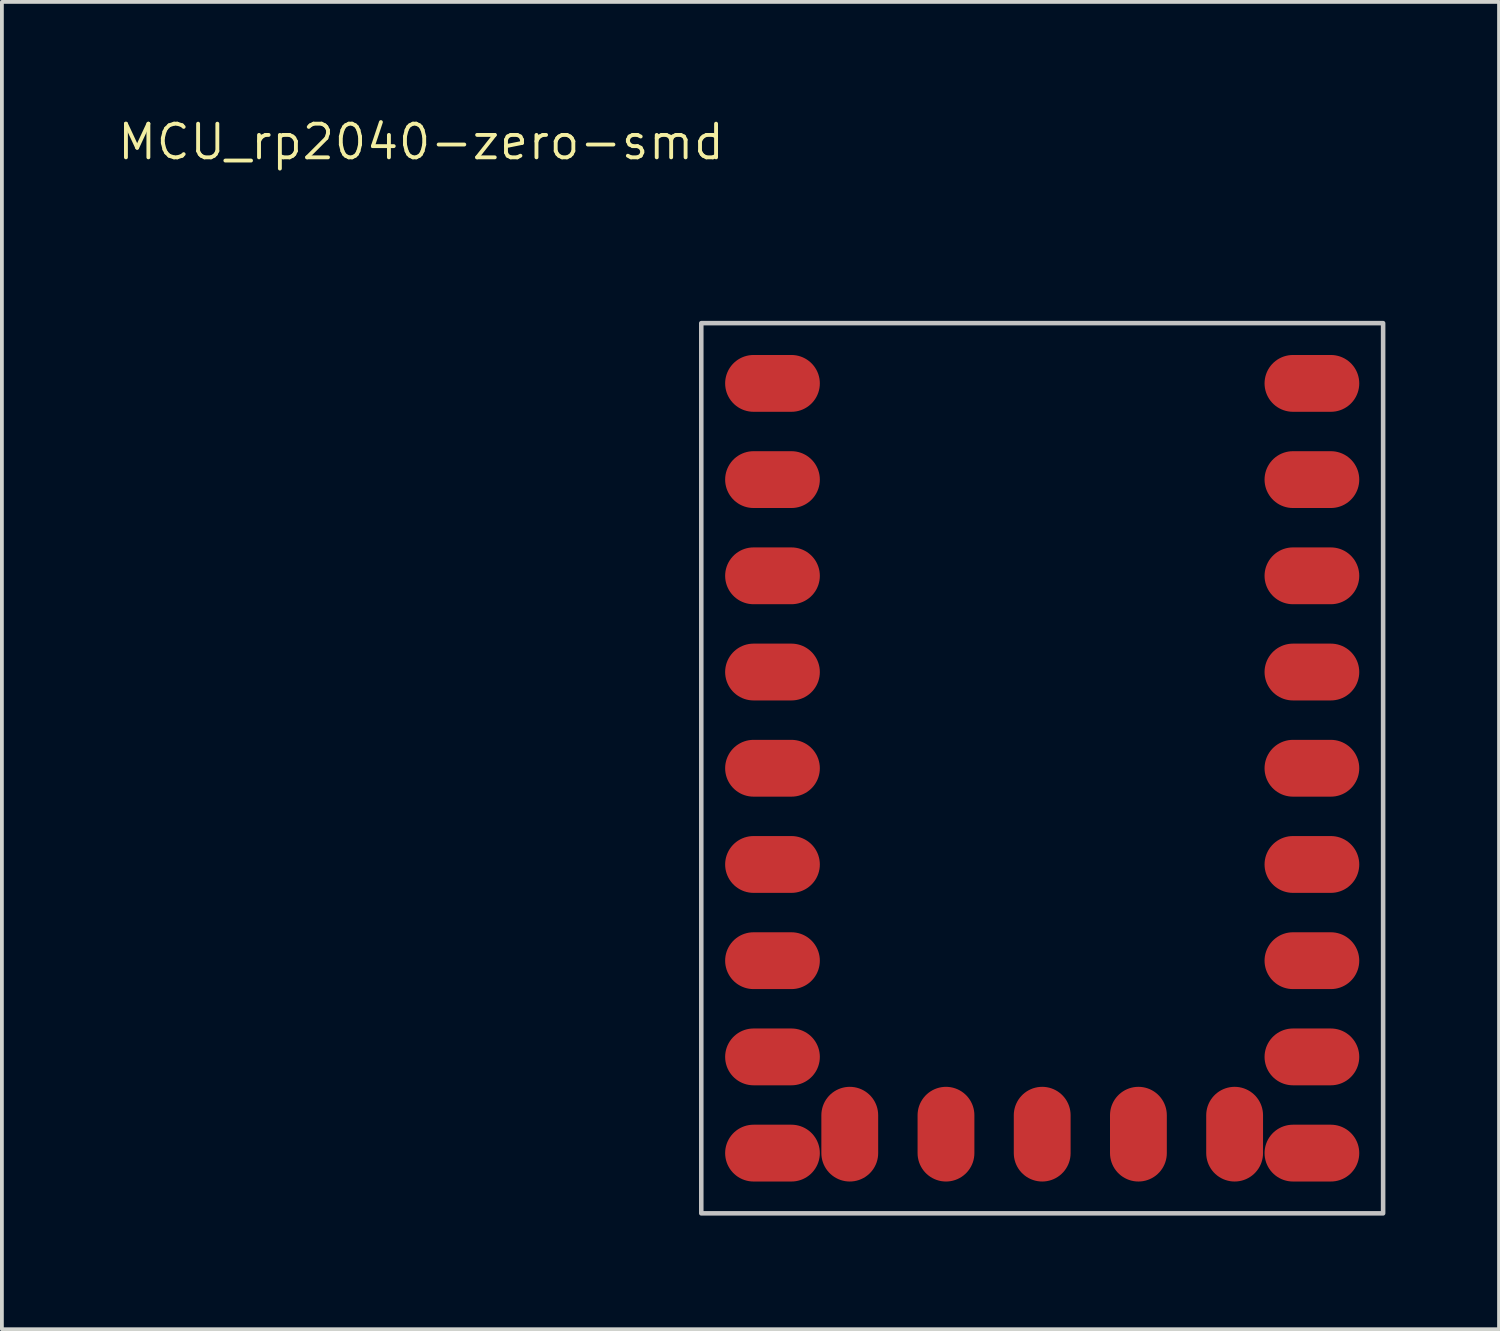
<source format=kicad_pcb>
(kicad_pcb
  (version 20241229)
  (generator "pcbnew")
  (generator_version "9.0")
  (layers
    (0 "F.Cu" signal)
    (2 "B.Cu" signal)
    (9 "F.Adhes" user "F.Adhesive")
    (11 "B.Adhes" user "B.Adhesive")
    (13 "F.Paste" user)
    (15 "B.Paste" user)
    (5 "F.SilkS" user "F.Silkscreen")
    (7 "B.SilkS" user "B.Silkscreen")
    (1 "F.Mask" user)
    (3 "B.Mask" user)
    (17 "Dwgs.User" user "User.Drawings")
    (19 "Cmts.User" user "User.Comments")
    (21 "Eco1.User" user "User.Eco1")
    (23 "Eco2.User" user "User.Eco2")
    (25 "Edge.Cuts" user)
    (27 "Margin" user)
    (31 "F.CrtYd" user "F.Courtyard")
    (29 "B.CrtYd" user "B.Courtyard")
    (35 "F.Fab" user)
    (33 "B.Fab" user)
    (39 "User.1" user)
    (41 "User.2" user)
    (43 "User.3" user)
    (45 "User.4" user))
  (footprint "MCU_rp2040-zero-smd"
    (layer "F.Cu")
    (at 24.463 17.231)
    (property "Reference" "MCU_rp2040-zero-smd" (at -16.399 -16.533 0) (layer "F.SilkS") (effects (font (size 0.889 0.889) (thickness 0.102))))
    (attr smd exclude_from_pos_files)
    (fp_rect (start -9 -11.75) (end 9 11.75) (stroke (width 0.12) (type solid)) (fill no) (layer "Dwgs.User"))
    (fp_line (start -5.5 -11.75) (end -5.5 9) (stroke (width 0.12) (type solid)) (layer "Eco1.User"))
    (fp_line (start -5.5 9) (end 5.5 9) (stroke (width 0.12) (type solid)) (layer "Eco1.User"))
    (fp_line (start 5.5 9) (end 5.5 -11.75) (stroke (width 0.12) (type solid)) (layer "Eco1.User"))
    (pad "0" smd oval (at -7.62 -10.16 180) (size 2.5 1.5) (drill (offset -0.5 0)) (layers "F.Cu" "F.Mask" "F.Paste"))
    (pad "1" smd oval (at -7.62 -7.62 180) (size 2.5 1.5) (drill (offset -0.5 0)) (layers "F.Cu" "F.Mask" "F.Paste"))
    (pad "2" smd oval (at -7.62 -5.08 180) (size 2.5 1.5) (drill (offset -0.5 0)) (layers "F.Cu" "F.Mask" "F.Paste"))
    (pad "3" smd oval (at -7.62 -2.54 180) (size 2.5 1.5) (drill (offset -0.5 0)) (layers "F.Cu" "F.Mask" "F.Paste"))
    (pad "3.3v" smd oval (at 7.62 -5.08) (size 2.5 1.5) (drill (offset -0.5 0)) (layers "F.Cu" "F.Mask" "F.Paste"))
    (pad "4" smd oval (at -7.62 0 180) (size 2.5 1.5) (drill (offset -0.5 0)) (layers "F.Cu" "F.Mask" "F.Paste"))
    (pad "5" smd oval (at -7.62 2.54 180) (size 2.5 1.5) (drill (offset -0.5 0)) (layers "F.Cu" "F.Mask" "F.Paste"))
    (pad "5v" smd oval (at 7.62 -10.16) (size 2.5 1.5) (drill (offset -0.5 0)) (layers "F.Cu" "F.Mask" "F.Paste"))
    (pad "6" smd oval (at -7.62 5.08 180) (size 2.5 1.5) (drill (offset -0.5 0)) (layers "F.Cu" "F.Mask" "F.Paste"))
    (pad "7" smd oval (at -7.62 7.62 180) (size 2.5 1.5) (drill (offset -0.5 0)) (layers "F.Cu" "F.Mask" "F.Paste"))
    (pad "8" smd oval (at -7.62 10.16 180) (size 2.5 1.5) (drill (offset -0.5 0)) (layers "F.Cu" "F.Mask" "F.Paste"))
    (pad "9" smd oval (at -5.08 10.16 270) (size 2.5 1.5) (drill (offset -0.5 0)) (layers "F.Cu" "F.Mask" "F.Paste"))
    (pad "10" smd oval (at -2.54 10.16 270) (size 2.5 1.5) (drill (offset -0.5 0)) (layers "F.Cu" "F.Mask" "F.Paste"))
    (pad "11" smd oval (at 0 10.16 270) (size 2.5 1.5) (drill (offset -0.5 0)) (layers "F.Cu" "F.Mask" "F.Paste"))
    (pad "12" smd oval (at 2.54 10.16 270) (size 2.5 1.5) (drill (offset -0.5 0)) (layers "F.Cu" "F.Mask" "F.Paste"))
    (pad "13" smd oval (at 5.08 10.16 270) (size 2.5 1.5) (drill (offset -0.5 0)) (layers "F.Cu" "F.Mask" "F.Paste"))
    (pad "14" smd oval (at 7.62 10.16) (size 2.5 1.5) (drill (offset -0.5 0)) (layers "F.Cu" "F.Mask" "F.Paste"))
    (pad "15" smd oval (at 7.62 7.62) (size 2.5 1.5) (drill (offset -0.5 0)) (layers "F.Cu" "F.Mask" "F.Paste"))
    (pad "26" smd oval (at 7.62 5.08) (size 2.5 1.5) (drill (offset -0.5 0)) (layers "F.Cu" "F.Mask" "F.Paste"))
    (pad "27" smd oval (at 7.62 2.54) (size 2.5 1.5) (drill (offset -0.5 0)) (layers "F.Cu" "F.Mask" "F.Paste"))
    (pad "28" smd oval (at 7.62 0) (size 2.5 1.5) (drill (offset -0.5 0)) (layers "F.Cu" "F.Mask" "F.Paste"))
    (pad "29" smd oval (at 7.62 -2.54) (size 2.5 1.5) (drill (offset -0.5 0)) (layers "F.Cu" "F.Mask" "F.Paste"))
    (pad "GND" smd oval (at 7.62 -7.62) (size 2.5 1.5) (drill (offset -0.5 0)) (layers "F.Cu" "F.Mask" "F.Paste")))
  (gr_rect
    (start -3 -3)
    (end 36.523 32.041)
    (stroke (width 0.1) (type default))
    (fill no)
    (layer "Edge.Cuts")))
</source>
